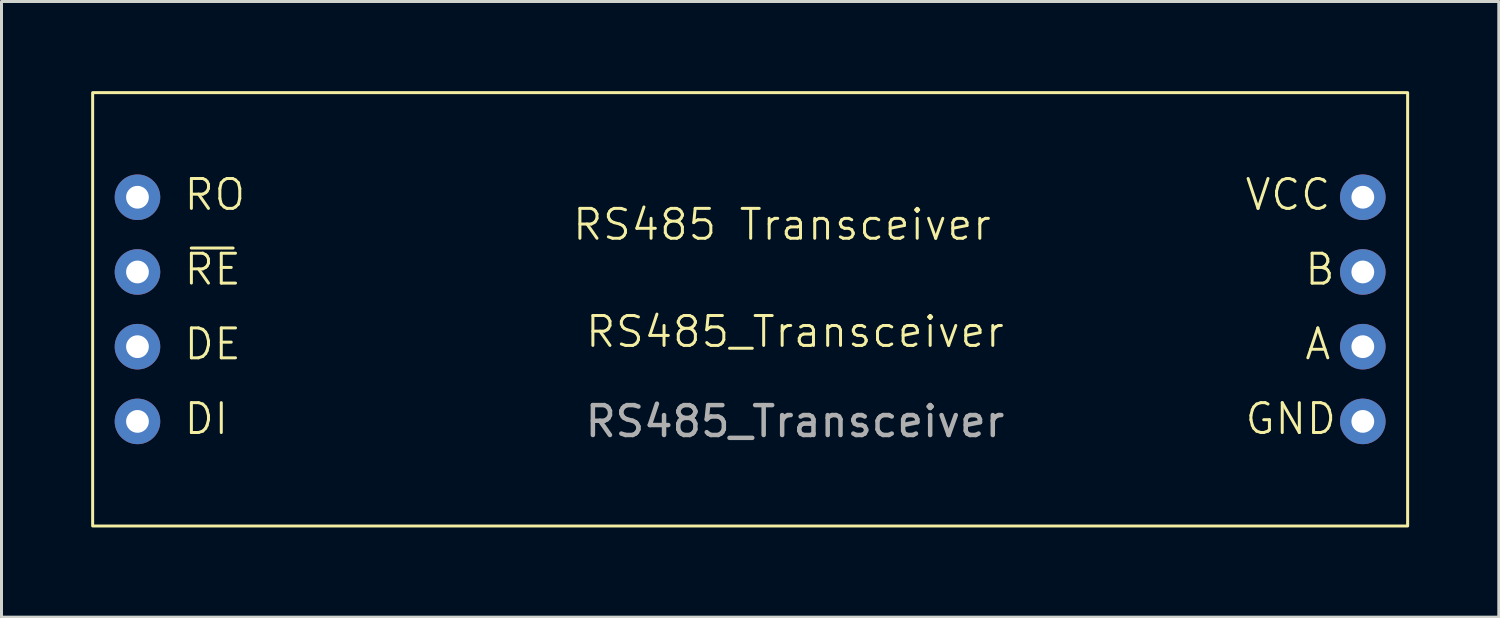
<source format=kicad_pcb>
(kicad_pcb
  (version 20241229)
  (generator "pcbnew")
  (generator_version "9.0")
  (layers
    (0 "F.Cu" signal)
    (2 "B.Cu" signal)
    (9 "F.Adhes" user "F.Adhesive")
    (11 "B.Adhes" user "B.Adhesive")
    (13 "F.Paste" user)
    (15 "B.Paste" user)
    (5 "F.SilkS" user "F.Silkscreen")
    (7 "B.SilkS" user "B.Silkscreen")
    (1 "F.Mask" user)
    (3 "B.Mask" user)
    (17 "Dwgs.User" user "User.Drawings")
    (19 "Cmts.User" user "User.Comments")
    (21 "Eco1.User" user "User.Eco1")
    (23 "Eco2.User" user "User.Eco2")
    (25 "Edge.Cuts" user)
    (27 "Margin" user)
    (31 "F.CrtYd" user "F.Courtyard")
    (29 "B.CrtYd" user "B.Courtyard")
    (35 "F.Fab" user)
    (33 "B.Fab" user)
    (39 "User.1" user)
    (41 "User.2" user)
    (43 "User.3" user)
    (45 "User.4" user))
  (footprint "RS485_Transceiver"
    (layer "F.Cu")
    (at 23.55 8.55)
    (property "Reference" "RS485_Transceiver" (at 0 -0.5 0) (unlocked yes) (layer "F.SilkS") (effects (font (size 1 1) (thickness 0.1))))
    (attr through_hole)
    (fp_line (start -20.2 -3.3) (end -18.8 -3.3) (stroke (width 0.1) (type default)) (layer "F.SilkS"))
    (fp_rect (start -23.5 -8.5) (end 20.5 6) (stroke (width 0.1) (type default)) (fill no) (layer "F.SilkS"))
    (fp_text user "DE" (at -20.5 0.5 0) (unlocked yes) (layer "F.SilkS") (effects (font (size 1 1) (thickness 0.1)) (justify left bottom)))
    (fp_text user "A" (at 17 0.5 0) (unlocked yes) (layer "F.SilkS") (effects (font (size 1 1) (thickness 0.1)) (justify left bottom)))
    (fp_text user "RE" (at -20.5 -2 0) (unlocked yes) (layer "F.SilkS") (effects (font (size 1 1) (thickness 0.1)) (justify left bottom)))
    (fp_text user "RO" (at -20.5 -4.5 0) (unlocked yes) (layer "F.SilkS") (effects (font (size 1 1) (thickness 0.1)) (justify left bottom)))
    (fp_text user "GND" (at 15 3 0) (unlocked yes) (layer "F.SilkS") (effects (font (size 1 1) (thickness 0.1)) (justify left bottom)))
    (fp_text user "B" (at 17 -2 0) (unlocked yes) (layer "F.SilkS") (effects (font (size 1 1) (thickness 0.1)) (justify left bottom)))
    (fp_text user "DI" (at -20.5 3 0) (unlocked yes) (layer "F.SilkS") (effects (font (size 1 1) (thickness 0.1)) (justify left bottom)))
    (fp_text user "RS485 Transceiver" (at -7.5 -3.5 0) (unlocked yes) (layer "F.SilkS") (effects (font (size 1 1) (thickness 0.1)) (justify left bottom)))
    (fp_text user "VCC" (at 15 -4.5 0) (unlocked yes) (layer "F.SilkS") (effects (font (size 1 1) (thickness 0.1)) (justify left bottom)))
    (fp_text user "${REFERENCE}" (at 0 2.5 0) (unlocked yes) (layer "F.Fab") (effects (font (size 1 1) (thickness 0.15))))
    (pad "1" thru_hole circle (at -22 -5) (size 1.524 1.524) (drill 0.762) (layers "*.Cu" "*.Mask"))
    (pad "2" thru_hole circle (at -22 -2.5) (size 1.524 1.524) (drill 0.762) (layers "*.Cu" "*.Mask"))
    (pad "3" thru_hole circle (at -22 0) (size 1.524 1.524) (drill 0.762) (layers "*.Cu" "*.Mask"))
    (pad "4" thru_hole circle (at -22 2.5) (size 1.524 1.524) (drill 0.762) (layers "*.Cu" "*.Mask"))
    (pad "5" thru_hole circle (at 19 2.5) (size 1.524 1.524) (drill 0.762) (layers "*.Cu" "*.Mask"))
    (pad "6" thru_hole circle (at 19 0) (size 1.524 1.524) (drill 0.762) (layers "*.Cu" "*.Mask"))
    (pad "7" thru_hole circle (at 19 -2.5) (size 1.524 1.524) (drill 0.762) (layers "*.Cu" "*.Mask"))
    (pad "8" thru_hole circle (at 19 -5) (size 1.524 1.524) (drill 0.762) (layers "*.Cu" "*.Mask")))
  (gr_rect
    (start -3 -3)
    (end 47.1 17.6)
    (stroke (width 0.1) (type default))
    (fill no)
    (layer "Edge.Cuts")))
</source>
